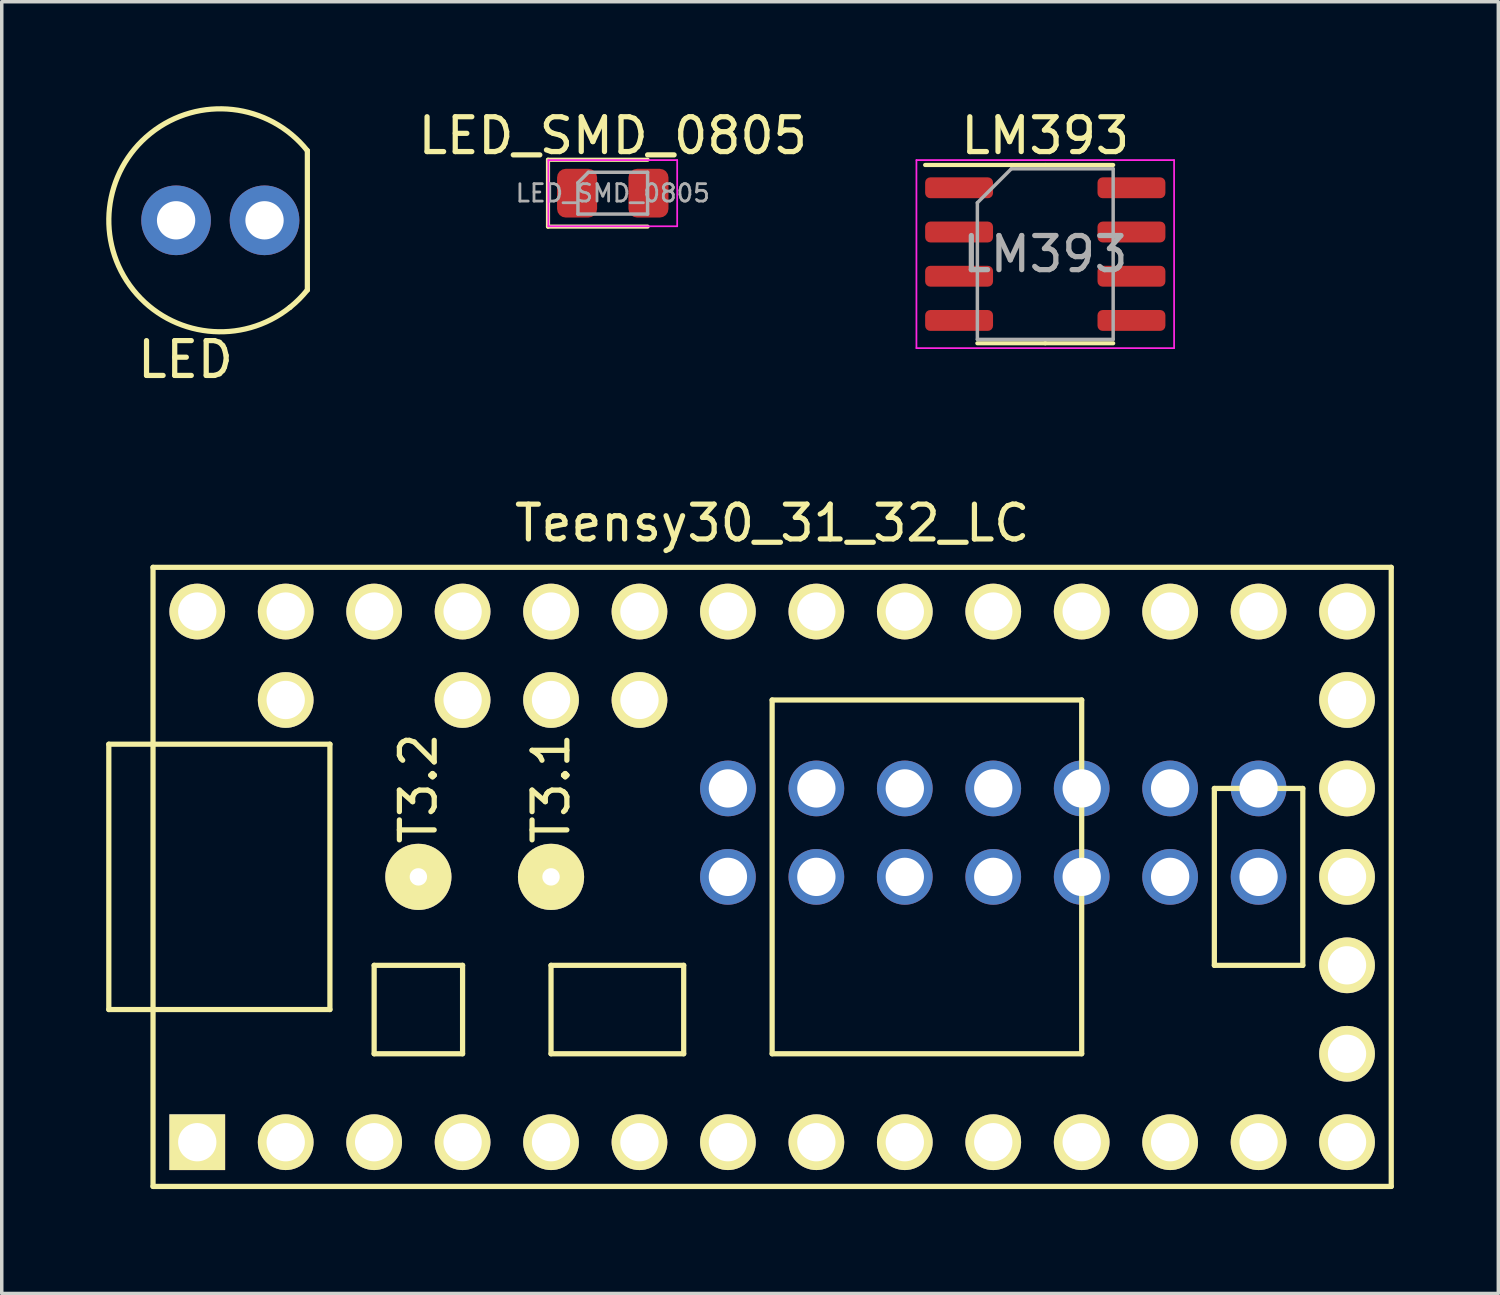
<source format=kicad_pcb>
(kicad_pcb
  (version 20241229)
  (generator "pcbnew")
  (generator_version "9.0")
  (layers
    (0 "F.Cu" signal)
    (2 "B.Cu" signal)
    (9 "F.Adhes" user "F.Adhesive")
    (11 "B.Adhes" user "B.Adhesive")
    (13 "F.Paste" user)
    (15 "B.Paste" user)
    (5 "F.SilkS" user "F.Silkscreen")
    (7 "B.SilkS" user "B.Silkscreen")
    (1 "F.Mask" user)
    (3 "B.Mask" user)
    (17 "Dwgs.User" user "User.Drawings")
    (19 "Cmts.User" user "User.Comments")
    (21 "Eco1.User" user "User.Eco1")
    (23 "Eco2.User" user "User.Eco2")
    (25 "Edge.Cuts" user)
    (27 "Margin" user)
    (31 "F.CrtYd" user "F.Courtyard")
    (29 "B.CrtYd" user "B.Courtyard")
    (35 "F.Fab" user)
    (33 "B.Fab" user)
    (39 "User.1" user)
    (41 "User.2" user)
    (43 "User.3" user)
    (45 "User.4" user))
  (footprint "LED"
    (layer "F.Cu")
    (at 3.277 3.277)
    (property "Reference" "LED" (at -1 4 0) (layer "F.SilkS") (effects (font (size 1 1) (thickness 0.15))))
    (attr through_hole)
    (fp_line (start 2.5 2) (end 2.5 -2) (stroke (width 0.15) (type solid)) (layer "F.SilkS"))
    (fp_arc (start 2 2.5) (mid -3.181981 -0.353553) (end 2.5 -2) (stroke (width 0.15) (type solid)) (layer "F.SilkS"))
    (fp_arc (start 2.5 2) (mid 2.263846 2.263846) (end 2 2.5) (stroke (width 0.15) (type solid)) (layer "F.SilkS"))
    (pad "1" thru_hole circle (at -1.27 0) (size 2 2) (drill 1.1) (layers "*.Cu" "*.Mask"))
    (pad "2" thru_hole circle (at 1.27 0) (size 2 2) (drill 1.1) (layers "*.Cu" "*.Mask")))
  (footprint "LED_SMD_0805"
    (layer "F.Cu")
    (at 14.548 2.498)
    (property "Reference" "LED_SMD_0805" (at 0 -1.65 0) (layer "F.SilkS") (effects (font (size 1 1) (thickness 0.15))))
    (attr smd)
    (fp_line (start -1.86 -0.96) (end -1.86 0.96) (stroke (width 0.12) (type solid)) (layer "F.SilkS"))
    (fp_line (start -1.86 0.96) (end 1 0.96) (stroke (width 0.12) (type solid)) (layer "F.SilkS"))
    (fp_line (start 1 -0.96) (end -1.86 -0.96) (stroke (width 0.12) (type solid)) (layer "F.SilkS"))
    (fp_line (start -1.85 -0.95) (end 1.85 -0.95) (stroke (width 0.05) (type solid)) (layer "F.CrtYd"))
    (fp_line (start -1.85 0.95) (end -1.85 -0.95) (stroke (width 0.05) (type solid)) (layer "F.CrtYd"))
    (fp_line (start 1.85 -0.95) (end 1.85 0.95) (stroke (width 0.05) (type solid)) (layer "F.CrtYd"))
    (fp_line (start 1.85 0.95) (end -1.85 0.95) (stroke (width 0.05) (type solid)) (layer "F.CrtYd"))
    (fp_line (start -1 -0.3) (end -1 0.6) (stroke (width 0.1) (type solid)) (layer "F.Fab"))
    (fp_line (start -1 0.6) (end 1 0.6) (stroke (width 0.1) (type solid)) (layer "F.Fab"))
    (fp_line (start -0.7 -0.6) (end -1 -0.3) (stroke (width 0.1) (type solid)) (layer "F.Fab"))
    (fp_line (start 1 -0.6) (end -0.7 -0.6) (stroke (width 0.1) (type solid)) (layer "F.Fab"))
    (fp_line (start 1 0.6) (end 1 -0.6) (stroke (width 0.1) (type solid)) (layer "F.Fab"))
    (fp_text user "${REFERENCE}" (at 0 0 0) (layer "F.Fab") (effects (font (size 0.5 0.5) (thickness 0.08))))
    (pad "1" smd roundrect (at -1.025 0) (size 1.15 1.4) (layers "F.Cu" "F.Mask" "F.Paste") (roundrect_rratio 0.217))
    (pad "2" smd roundrect (at 1.025 0) (size 1.15 1.4) (layers "F.Cu" "F.Mask" "F.Paste") (roundrect_rratio 0.217)))
  (footprint "Teensy30_31_32_LC"
    (layer "F.Cu")
    (at 19.125 22.133)
    (property "Reference" "Teensy30_31_32_LC" (at 0 -10.16 0) (layer "F.SilkS") (effects (font (size 1 1) (thickness 0.15))))
    (attr through_hole)
    (fp_line (start -19.05 -3.81) (end -17.78 -3.81) (stroke (width 0.15) (type solid)) (layer "F.SilkS"))
    (fp_line (start -19.05 3.81) (end -19.05 -3.81) (stroke (width 0.15) (type solid)) (layer "F.SilkS"))
    (fp_line (start -17.78 -8.89) (end 17.78 -8.89) (stroke (width 0.15) (type solid)) (layer "F.SilkS"))
    (fp_line (start -17.78 3.81) (end -19.05 3.81) (stroke (width 0.15) (type solid)) (layer "F.SilkS"))
    (fp_line (start -17.78 8.89) (end -17.78 -8.89) (stroke (width 0.15) (type solid)) (layer "F.SilkS"))
    (fp_line (start -12.7 -3.81) (end -17.78 -3.81) (stroke (width 0.15) (type solid)) (layer "F.SilkS"))
    (fp_line (start -12.7 3.81) (end -17.78 3.81) (stroke (width 0.15) (type solid)) (layer "F.SilkS"))
    (fp_line (start -12.7 3.81) (end -12.7 -3.81) (stroke (width 0.15) (type solid)) (layer "F.SilkS"))
    (fp_line (start -11.43 2.54) (end -11.43 5.08) (stroke (width 0.15) (type solid)) (layer "F.SilkS"))
    (fp_line (start -11.43 5.08) (end -8.89 5.08) (stroke (width 0.15) (type solid)) (layer "F.SilkS"))
    (fp_line (start -8.89 2.54) (end -11.43 2.54) (stroke (width 0.15) (type solid)) (layer "F.SilkS"))
    (fp_line (start -8.89 5.08) (end -8.89 2.54) (stroke (width 0.15) (type solid)) (layer "F.SilkS"))
    (fp_line (start -6.35 2.54) (end -6.35 5.08) (stroke (width 0.15) (type solid)) (layer "F.SilkS"))
    (fp_line (start -6.35 5.08) (end -2.54 5.08) (stroke (width 0.15) (type solid)) (layer "F.SilkS"))
    (fp_line (start -2.54 2.54) (end -6.35 2.54) (stroke (width 0.15) (type solid)) (layer "F.SilkS"))
    (fp_line (start -2.54 5.08) (end -2.54 2.54) (stroke (width 0.15) (type solid)) (layer "F.SilkS"))
    (fp_line (start 0 -5.08) (end 0 5.08) (stroke (width 0.15) (type solid)) (layer "F.SilkS"))
    (fp_line (start 8.89 -5.08) (end 0 -5.08) (stroke (width 0.15) (type solid)) (layer "F.SilkS"))
    (fp_line (start 8.89 5.08) (end 0 5.08) (stroke (width 0.15) (type solid)) (layer "F.SilkS"))
    (fp_line (start 8.89 5.08) (end 8.89 -5.08) (stroke (width 0.15) (type solid)) (layer "F.SilkS"))
    (fp_line (start 12.7 -2.54) (end 15.24 -2.54) (stroke (width 0.15) (type solid)) (layer "F.SilkS"))
    (fp_line (start 12.7 2.54) (end 12.7 -2.54) (stroke (width 0.15) (type solid)) (layer "F.SilkS"))
    (fp_line (start 15.24 -2.54) (end 15.24 2.54) (stroke (width 0.15) (type solid)) (layer "F.SilkS"))
    (fp_line (start 15.24 2.54) (end 12.7 2.54) (stroke (width 0.15) (type solid)) (layer "F.SilkS"))
    (fp_line (start 17.78 -8.89) (end 17.78 8.89) (stroke (width 0.15) (type solid)) (layer "F.SilkS"))
    (fp_line (start 17.78 8.89) (end -17.78 8.89) (stroke (width 0.15) (type solid)) (layer "F.SilkS"))
    (fp_text user "T3.2" (at -10.16 -2.54 90) (layer "F.SilkS") (effects (font (size 1 1) (thickness 0.15))))
    (fp_text user "T3.1" (at -6.35 -2.54 90) (layer "F.SilkS") (effects (font (size 1 1) (thickness 0.15))))
    (pad "1" thru_hole rect (at -16.51 7.62) (size 1.6 1.6) (drill 1.1) (layers "*.Cu" "*.Mask" "F.SilkS"))
    (pad "2" thru_hole circle (at -13.97 7.62) (size 1.6 1.6) (drill 1.1) (layers "*.Cu" "*.Mask" "F.SilkS"))
    (pad "3" thru_hole circle (at -11.43 7.62) (size 1.6 1.6) (drill 1.1) (layers "*.Cu" "*.Mask" "F.SilkS"))
    (pad "4" thru_hole circle (at -8.89 7.62) (size 1.6 1.6) (drill 1.1) (layers "*.Cu" "*.Mask" "F.SilkS"))
    (pad "5" thru_hole circle (at -6.35 7.62) (size 1.6 1.6) (drill 1.1) (layers "*.Cu" "*.Mask" "F.SilkS"))
    (pad "6" thru_hole circle (at -3.81 7.62) (size 1.6 1.6) (drill 1.1) (layers "*.Cu" "*.Mask" "F.SilkS"))
    (pad "7" thru_hole circle (at -1.27 7.62) (size 1.6 1.6) (drill 1.1) (layers "*.Cu" "*.Mask" "F.SilkS"))
    (pad "8" thru_hole circle (at 1.27 7.62) (size 1.6 1.6) (drill 1.1) (layers "*.Cu" "*.Mask" "F.SilkS"))
    (pad "9" thru_hole circle (at 3.81 7.62) (size 1.6 1.6) (drill 1.1) (layers "*.Cu" "*.Mask" "F.SilkS"))
    (pad "10" thru_hole circle (at 6.35 7.62) (size 1.6 1.6) (drill 1.1) (layers "*.Cu" "*.Mask" "F.SilkS"))
    (pad "11" thru_hole circle (at 8.89 7.62) (size 1.6 1.6) (drill 1.1) (layers "*.Cu" "*.Mask" "F.SilkS"))
    (pad "12" thru_hole circle (at 11.43 7.62) (size 1.6 1.6) (drill 1.1) (layers "*.Cu" "*.Mask" "F.SilkS"))
    (pad "13" thru_hole circle (at 13.97 7.62) (size 1.6 1.6) (drill 1.1) (layers "*.Cu" "*.Mask" "F.SilkS"))
    (pad "14" thru_hole circle (at 16.51 7.62) (size 1.6 1.6) (drill 1.1) (layers "*.Cu" "*.Mask" "F.SilkS"))
    (pad "15" thru_hole circle (at 16.51 5.08) (size 1.6 1.6) (drill 1.1) (layers "*.Cu" "*.Mask" "F.SilkS"))
    (pad "16" thru_hole circle (at 16.51 2.54) (size 1.6 1.6) (drill 1.1) (layers "*.Cu" "*.Mask" "F.SilkS"))
    (pad "17" thru_hole circle (at 16.51 0) (size 1.6 1.6) (drill 1.1) (layers "*.Cu" "*.Mask" "F.SilkS"))
    (pad "18" thru_hole circle (at 16.51 -2.54) (size 1.6 1.6) (drill 1.1) (layers "*.Cu" "*.Mask" "F.SilkS"))
    (pad "19" thru_hole circle (at 16.51 -5.08) (size 1.6 1.6) (drill 1.1) (layers "*.Cu" "*.Mask" "F.SilkS"))
    (pad "20" thru_hole circle (at 16.51 -7.62) (size 1.6 1.6) (drill 1.1) (layers "*.Cu" "*.Mask" "F.SilkS"))
    (pad "21" thru_hole circle (at 13.97 -7.62) (size 1.6 1.6) (drill 1.1) (layers "*.Cu" "*.Mask" "F.SilkS"))
    (pad "22" thru_hole circle (at 11.43 -7.62) (size 1.6 1.6) (drill 1.1) (layers "*.Cu" "*.Mask" "F.SilkS"))
    (pad "23" thru_hole circle (at 8.89 -7.62) (size 1.6 1.6) (drill 1.1) (layers "*.Cu" "*.Mask" "F.SilkS"))
    (pad "24" thru_hole circle (at 6.35 -7.62) (size 1.6 1.6) (drill 1.1) (layers "*.Cu" "*.Mask" "F.SilkS"))
    (pad "25" thru_hole circle (at 3.81 -7.62) (size 1.6 1.6) (drill 1.1) (layers "*.Cu" "*.Mask" "F.SilkS"))
    (pad "26" thru_hole circle (at 1.27 -7.62) (size 1.6 1.6) (drill 1.1) (layers "*.Cu" "*.Mask" "F.SilkS"))
    (pad "27" thru_hole circle (at -1.27 -7.62) (size 1.6 1.6) (drill 1.1) (layers "*.Cu" "*.Mask" "F.SilkS"))
    (pad "28" thru_hole circle (at -3.81 -7.62) (size 1.6 1.6) (drill 1.1) (layers "*.Cu" "*.Mask" "F.SilkS"))
    (pad "29" thru_hole circle (at -6.35 -7.62) (size 1.6 1.6) (drill 1.1) (layers "*.Cu" "*.Mask" "F.SilkS"))
    (pad "30" thru_hole circle (at -8.89 -7.62) (size 1.6 1.6) (drill 1.1) (layers "*.Cu" "*.Mask" "F.SilkS"))
    (pad "31" thru_hole circle (at -11.43 -7.62) (size 1.6 1.6) (drill 1.1) (layers "*.Cu" "*.Mask" "F.SilkS"))
    (pad "32" thru_hole circle (at -13.97 -7.62) (size 1.6 1.6) (drill 1.1) (layers "*.Cu" "*.Mask" "F.SilkS"))
    (pad "33" thru_hole circle (at -16.51 -7.62) (size 1.6 1.6) (drill 1.1) (layers "*.Cu" "*.Mask" "F.SilkS"))
    (pad "34" thru_hole circle (at -13.97 -5.08) (size 1.6 1.6) (drill 1.1) (layers "*.Cu" "*.Mask" "F.SilkS"))
    (pad "35" thru_hole circle (at -8.89 -5.08) (size 1.6 1.6) (drill 1.1) (layers "*.Cu" "*.Mask" "F.SilkS"))
    (pad "36" thru_hole circle (at -6.35 -5.08) (size 1.6 1.6) (drill 1.1) (layers "*.Cu" "*.Mask" "F.SilkS"))
    (pad "37" thru_hole circle (at -3.81 -5.08) (size 1.6 1.6) (drill 1.1) (layers "*.Cu" "*.Mask" "F.SilkS"))
    (pad "38" thru_hole circle (at -1.27 0) (size 1.6 1.6) (drill 1.1) (layers "*.Cu" "*.Mask"))
    (pad "39" thru_hole circle (at 1.27 0) (size 1.6 1.6) (drill 1.1) (layers "*.Cu" "*.Mask"))
    (pad "40" thru_hole circle (at 3.81 0) (size 1.6 1.6) (drill 1.1) (layers "*.Cu" "*.Mask"))
    (pad "41" thru_hole circle (at 6.35 0) (size 1.6 1.6) (drill 1.1) (layers "*.Cu" "*.Mask"))
    (pad "42" thru_hole circle (at 8.89 0) (size 1.6 1.6) (drill 1.1) (layers "*.Cu" "*.Mask"))
    (pad "43" thru_hole circle (at 11.43 0) (size 1.6 1.6) (drill 1.1) (layers "*.Cu" "*.Mask"))
    (pad "44" thru_hole circle (at 13.97 0) (size 1.6 1.6) (drill 1.1) (layers "*.Cu" "*.Mask"))
    (pad "45" thru_hole circle (at 13.97 -2.54) (size 1.6 1.6) (drill 1.1) (layers "*.Cu" "*.Mask"))
    (pad "46" thru_hole circle (at 11.43 -2.54) (size 1.6 1.6) (drill 1.1) (layers "*.Cu" "*.Mask"))
    (pad "47" thru_hole circle (at 8.89 -2.54) (size 1.6 1.6) (drill 1.1) (layers "*.Cu" "*.Mask"))
    (pad "48" thru_hole circle (at 6.35 -2.54) (size 1.6 1.6) (drill 1.1) (layers "*.Cu" "*.Mask"))
    (pad "49" thru_hole circle (at 3.81 -2.54) (size 1.6 1.6) (drill 1.1) (layers "*.Cu" "*.Mask"))
    (pad "50" thru_hole circle (at 1.27 -2.54) (size 1.6 1.6) (drill 1.1) (layers "*.Cu" "*.Mask"))
    (pad "51" thru_hole circle (at -1.27 -2.54) (size 1.6 1.6) (drill 1.1) (layers "*.Cu" "*.Mask"))
    (pad "52" thru_hole circle (at -10.16 0) (size 1.9 1.9) (drill 0.5) (layers "*.Cu" "*.Mask" "F.SilkS"))
    (pad "52" thru_hole circle (at -6.35 0) (size 1.9 1.9) (drill 0.5) (layers "*.Cu" "*.Mask" "F.SilkS")))
  (footprint "LM393"
    (layer "F.Cu")
    (at 26.969 4.248)
    (property "Reference" "LM393" (at 0 -3.4 0) (layer "F.SilkS") (effects (font (size 1 1) (thickness 0.15))))
    (attr smd)
    (fp_line (start 0 -2.56) (end -3.45 -2.56) (stroke (width 0.12) (type solid)) (layer "F.SilkS"))
    (fp_line (start 0 -2.56) (end 1.95 -2.56) (stroke (width 0.12) (type solid)) (layer "F.SilkS"))
    (fp_line (start 0 2.56) (end -1.95 2.56) (stroke (width 0.12) (type solid)) (layer "F.SilkS"))
    (fp_line (start 0 2.56) (end 1.95 2.56) (stroke (width 0.12) (type solid)) (layer "F.SilkS"))
    (fp_line (start -3.7 -2.7) (end -3.7 2.7) (stroke (width 0.05) (type solid)) (layer "F.CrtYd"))
    (fp_line (start -3.7 2.7) (end 3.7 2.7) (stroke (width 0.05) (type solid)) (layer "F.CrtYd"))
    (fp_line (start 3.7 -2.7) (end -3.7 -2.7) (stroke (width 0.05) (type solid)) (layer "F.CrtYd"))
    (fp_line (start 3.7 2.7) (end 3.7 -2.7) (stroke (width 0.05) (type solid)) (layer "F.CrtYd"))
    (fp_line (start -1.95 -1.475) (end -0.975 -2.45) (stroke (width 0.1) (type solid)) (layer "F.Fab"))
    (fp_line (start -1.95 2.45) (end -1.95 -1.475) (stroke (width 0.1) (type solid)) (layer "F.Fab"))
    (fp_line (start -0.975 -2.45) (end 1.95 -2.45) (stroke (width 0.1) (type solid)) (layer "F.Fab"))
    (fp_line (start 1.95 -2.45) (end 1.95 2.45) (stroke (width 0.1) (type solid)) (layer "F.Fab"))
    (fp_line (start 1.95 2.45) (end -1.95 2.45) (stroke (width 0.1) (type solid)) (layer "F.Fab"))
    (fp_text user "${REFERENCE}" (at 0 0 0) (layer "F.Fab") (effects (font (size 0.98 0.98) (thickness 0.15))))
    (pad "1" smd roundrect (at -2.475 -1.905) (size 1.95 0.6) (layers "F.Cu" "F.Mask" "F.Paste") (roundrect_rratio 0.25))
    (pad "2" smd roundrect (at -2.475 -0.635) (size 1.95 0.6) (layers "F.Cu" "F.Mask" "F.Paste") (roundrect_rratio 0.25))
    (pad "3" smd roundrect (at -2.475 0.635) (size 1.95 0.6) (layers "F.Cu" "F.Mask" "F.Paste") (roundrect_rratio 0.25))
    (pad "4" smd roundrect (at -2.475 1.905) (size 1.95 0.6) (layers "F.Cu" "F.Mask" "F.Paste") (roundrect_rratio 0.25))
    (pad "5" smd roundrect (at 2.475 1.905) (size 1.95 0.6) (layers "F.Cu" "F.Mask" "F.Paste") (roundrect_rratio 0.25))
    (pad "6" smd roundrect (at 2.475 0.635) (size 1.95 0.6) (layers "F.Cu" "F.Mask" "F.Paste") (roundrect_rratio 0.25))
    (pad "7" smd roundrect (at 2.475 -0.635) (size 1.95 0.6) (layers "F.Cu" "F.Mask" "F.Paste") (roundrect_rratio 0.25))
    (pad "8" smd roundrect (at 2.475 -1.905) (size 1.95 0.6) (layers "F.Cu" "F.Mask" "F.Paste") (roundrect_rratio 0.25)))
  (gr_rect
    (start -3 -3)
    (end 39.98 34.098)
    (stroke (width 0.1) (type default))
    (fill no)
    (layer "Edge.Cuts")))
</source>
